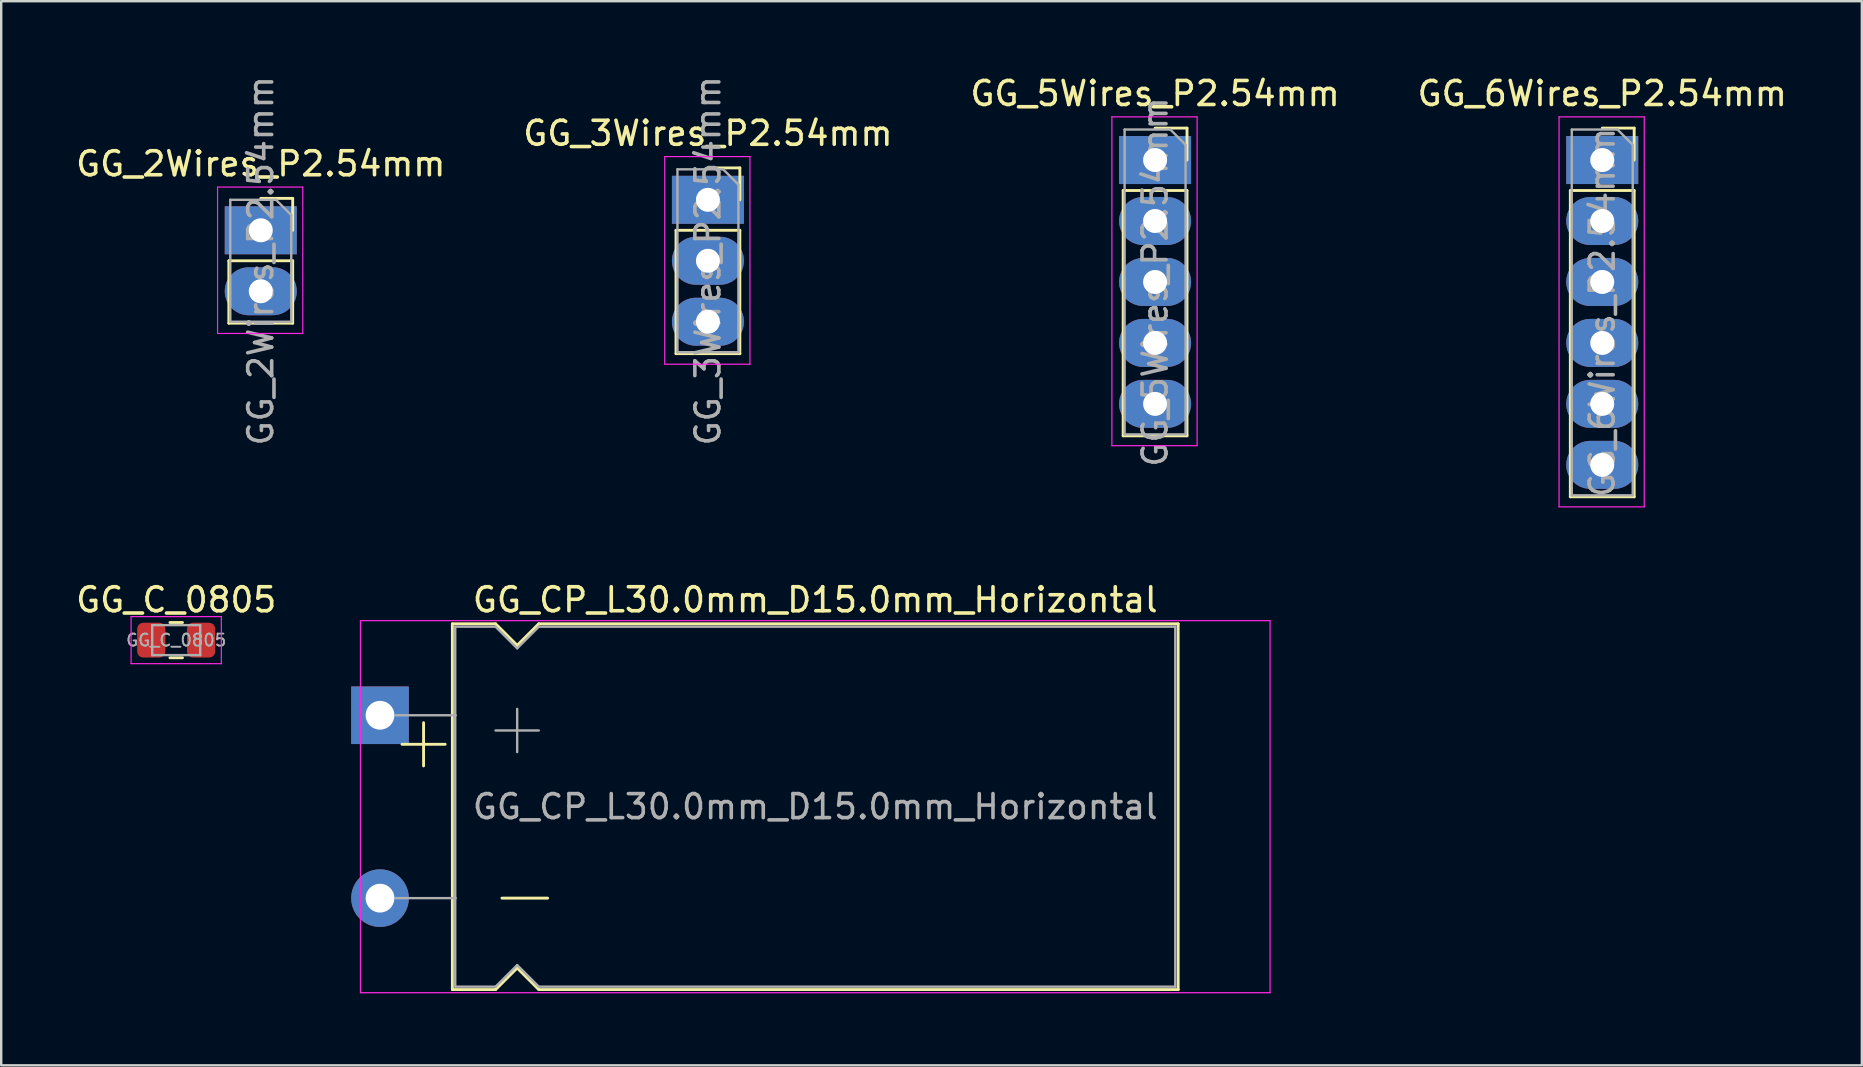
<source format=kicad_pcb>
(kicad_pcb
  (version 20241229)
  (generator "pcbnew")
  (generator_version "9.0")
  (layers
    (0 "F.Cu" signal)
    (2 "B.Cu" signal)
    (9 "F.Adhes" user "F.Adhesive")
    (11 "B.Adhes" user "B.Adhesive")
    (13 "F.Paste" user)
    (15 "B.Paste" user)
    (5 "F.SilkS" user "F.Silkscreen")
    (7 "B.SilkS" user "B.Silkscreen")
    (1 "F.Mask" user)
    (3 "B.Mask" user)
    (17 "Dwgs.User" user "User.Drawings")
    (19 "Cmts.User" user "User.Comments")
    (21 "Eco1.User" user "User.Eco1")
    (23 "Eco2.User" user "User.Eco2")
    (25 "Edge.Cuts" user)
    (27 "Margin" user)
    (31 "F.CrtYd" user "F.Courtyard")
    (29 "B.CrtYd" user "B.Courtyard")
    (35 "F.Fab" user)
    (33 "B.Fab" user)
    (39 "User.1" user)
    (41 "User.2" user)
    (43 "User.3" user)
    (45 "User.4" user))
  (footprint "GG_C_0805"
    (layer "F.Cu")
    (at 4.292 23.622)
    (property "Reference" "GG_C_0805" (at 0 -1.68 0) (layer "F.SilkS") (effects (font (size 1 1) (thickness 0.15))))
    (attr smd)
    (fp_line (start -0.261 -0.735) (end 0.261 -0.735) (stroke (width 0.12) (type solid)) (layer "F.SilkS"))
    (fp_line (start -0.261 0.735) (end 0.261 0.735) (stroke (width 0.12) (type solid)) (layer "F.SilkS"))
    (fp_line (start -1.88 -0.98) (end 1.88 -0.98) (stroke (width 0.05) (type solid)) (layer "F.CrtYd"))
    (fp_line (start -1.88 0.98) (end -1.88 -0.98) (stroke (width 0.05) (type solid)) (layer "F.CrtYd"))
    (fp_line (start 1.88 -0.98) (end 1.88 0.98) (stroke (width 0.05) (type solid)) (layer "F.CrtYd"))
    (fp_line (start 1.88 0.98) (end -1.88 0.98) (stroke (width 0.05) (type solid)) (layer "F.CrtYd"))
    (fp_line (start -1 -0.625) (end 1 -0.625) (stroke (width 0.1) (type solid)) (layer "F.Fab"))
    (fp_line (start -1 0.625) (end -1 -0.625) (stroke (width 0.1) (type solid)) (layer "F.Fab"))
    (fp_line (start 1 -0.625) (end 1 0.625) (stroke (width 0.1) (type solid)) (layer "F.Fab"))
    (fp_line (start 1 0.625) (end -1 0.625) (stroke (width 0.1) (type solid)) (layer "F.Fab"))
    (fp_text user "${REFERENCE}" (at 0 0 0) (layer "F.Fab") (effects (font (size 0.5 0.5) (thickness 0.08))))
    (pad "1" smd roundrect (at -1.038 0) (size 1.175 1.45) (layers "F.Cu" "F.Mask" "F.Paste") (roundrect_rratio 0.213))
    (pad "2" smd roundrect (at 1.038 0) (size 1.175 1.45) (layers "F.Cu" "F.Mask" "F.Paste") (roundrect_rratio 0.213)))
  (footprint "GG_CP_L30.0mm_D15.0mm_Horizontal"
    (layer "F.Cu")
    (at 13.418 30.561)
    (property "Reference" "GG_CP_L30.0mm_D15.0mm_Horizontal" (at 17.5 -8.62 0) (layer "F.SilkS") (effects (font (size 1 1) (thickness 0.15))))
    (attr through_hole)
    (fp_line (start 0.28 -2.6) (end 2.08 -2.6) (stroke (width 0.12) (type solid)) (layer "F.SilkS"))
    (fp_line (start 1.18 -3.5) (end 1.18 -1.7) (stroke (width 0.12) (type solid)) (layer "F.SilkS"))
    (fp_line (start 2.38 -7.62) (end 2.38 7.62) (stroke (width 0.12) (type solid)) (layer "F.SilkS"))
    (fp_line (start 2.38 -7.62) (end 4.18 -7.62) (stroke (width 0.12) (type solid)) (layer "F.SilkS"))
    (fp_line (start 2.38 7.62) (end 4.18 7.62) (stroke (width 0.12) (type solid)) (layer "F.SilkS"))
    (fp_line (start 4.18 -7.62) (end 5.08 -6.72) (stroke (width 0.12) (type solid)) (layer "F.SilkS"))
    (fp_line (start 4.18 7.62) (end 5.08 6.72) (stroke (width 0.12) (type solid)) (layer "F.SilkS"))
    (fp_line (start 4.445 3.81) (end 6.35 3.81) (stroke (width 0.12) (type solid)) (layer "F.SilkS"))
    (fp_line (start 5.08 -6.72) (end 5.98 -7.62) (stroke (width 0.12) (type solid)) (layer "F.SilkS"))
    (fp_line (start 5.08 6.72) (end 5.98 7.62) (stroke (width 0.12) (type solid)) (layer "F.SilkS"))
    (fp_line (start 5.98 -7.62) (end 32.62 -7.62) (stroke (width 0.12) (type solid)) (layer "F.SilkS"))
    (fp_line (start 5.98 7.62) (end 32.62 7.62) (stroke (width 0.12) (type solid)) (layer "F.SilkS"))
    (fp_line (start 32.62 -7.62) (end 32.62 7.62) (stroke (width 0.12) (type solid)) (layer "F.SilkS"))
    (fp_line (start -1.45 -7.75) (end -1.45 7.75) (stroke (width 0.05) (type solid)) (layer "F.CrtYd"))
    (fp_line (start -1.45 7.75) (end 36.45 7.75) (stroke (width 0.05) (type solid)) (layer "F.CrtYd"))
    (fp_line (start 36.45 -7.75) (end -1.45 -7.75) (stroke (width 0.05) (type solid)) (layer "F.CrtYd"))
    (fp_line (start 36.45 7.75) (end 36.45 -7.75) (stroke (width 0.05) (type solid)) (layer "F.CrtYd"))
    (fp_line (start 0.02 -3.81) (end 2.52 -3.81) (stroke (width 0.1) (type solid)) (layer "F.Fab"))
    (fp_line (start 0.02 3.81) (end 2.52 3.81) (stroke (width 0.1) (type solid)) (layer "F.Fab"))
    (fp_line (start 2.5 -7.5) (end 2.5 7.5) (stroke (width 0.1) (type solid)) (layer "F.Fab"))
    (fp_line (start 2.5 -7.5) (end 4.18 -7.5) (stroke (width 0.1) (type solid)) (layer "F.Fab"))
    (fp_line (start 2.5 7.5) (end 4.18 7.5) (stroke (width 0.1) (type solid)) (layer "F.Fab"))
    (fp_line (start 4.18 -7.5) (end 5.08 -6.6) (stroke (width 0.1) (type solid)) (layer "F.Fab"))
    (fp_line (start 4.18 -3.175) (end 5.98 -3.175) (stroke (width 0.1) (type solid)) (layer "F.Fab"))
    (fp_line (start 4.18 7.5) (end 5.08 6.6) (stroke (width 0.1) (type solid)) (layer "F.Fab"))
    (fp_line (start 5.08 -6.6) (end 5.98 -7.5) (stroke (width 0.1) (type solid)) (layer "F.Fab"))
    (fp_line (start 5.08 -4.075) (end 5.08 -2.275) (stroke (width 0.1) (type solid)) (layer "F.Fab"))
    (fp_line (start 5.08 6.6) (end 5.98 7.5) (stroke (width 0.1) (type solid)) (layer "F.Fab"))
    (fp_line (start 5.98 -7.5) (end 32.5 -7.5) (stroke (width 0.1) (type solid)) (layer "F.Fab"))
    (fp_line (start 5.98 7.5) (end 32.5 7.5) (stroke (width 0.1) (type solid)) (layer "F.Fab"))
    (fp_line (start 32.5 -7.5) (end 32.5 7.5) (stroke (width 0.1) (type solid)) (layer "F.Fab"))
    (fp_text user "${REFERENCE}" (at 17.5 0 0) (layer "F.Fab") (effects (font (size 1 1) (thickness 0.15))))
    (pad "1" thru_hole rect (at -0.635 -3.81) (size 2.4 2.4) (drill 1.2) (layers "*.Cu" "*.Mask"))
    (pad "2" thru_hole oval (at -0.635 3.81) (size 2.4 2.4) (drill 1.2) (layers "*.Cu" "*.Mask")))
  (footprint "GG_6Wires_P2.54mm"
    (layer "F.Cu")
    (at 63.708 3.618)
    (property "Reference" "GG_6Wires_P2.54mm" (at 0 -2.77 0) (layer "F.SilkS") (effects (font (size 1 1) (thickness 0.15))))
    (attr through_hole)
    (fp_line (start -1.33 1.27) (end -1.33 14.03) (stroke (width 0.12) (type solid)) (layer "F.SilkS"))
    (fp_line (start -1.33 1.27) (end 1.33 1.27) (stroke (width 0.12) (type solid)) (layer "F.SilkS"))
    (fp_line (start -1.33 14.03) (end 1.33 14.03) (stroke (width 0.12) (type solid)) (layer "F.SilkS"))
    (fp_line (start 0 -1.33) (end 1.33 -1.33) (stroke (width 0.12) (type solid)) (layer "F.SilkS"))
    (fp_line (start 1.33 -1.33) (end 1.33 0) (stroke (width 0.12) (type solid)) (layer "F.SilkS"))
    (fp_line (start 1.33 1.27) (end 1.33 14.03) (stroke (width 0.12) (type solid)) (layer "F.SilkS"))
    (fp_line (start -1.8 -1.8) (end 1.75 -1.8) (stroke (width 0.05) (type solid)) (layer "F.CrtYd"))
    (fp_line (start -1.8 14.45) (end -1.8 -1.8) (stroke (width 0.05) (type solid)) (layer "F.CrtYd"))
    (fp_line (start 1.75 -1.8) (end 1.75 14.45) (stroke (width 0.05) (type solid)) (layer "F.CrtYd"))
    (fp_line (start 1.75 14.45) (end -1.8 14.45) (stroke (width 0.05) (type solid)) (layer "F.CrtYd"))
    (fp_line (start -1.27 -1.27) (end 0.635 -1.27) (stroke (width 0.1) (type solid)) (layer "F.Fab"))
    (fp_line (start -1.27 13.97) (end -1.27 -1.27) (stroke (width 0.1) (type solid)) (layer "F.Fab"))
    (fp_line (start 0.635 -1.27) (end 1.27 -0.635) (stroke (width 0.1) (type solid)) (layer "F.Fab"))
    (fp_line (start 1.27 -0.635) (end 1.27 13.97) (stroke (width 0.1) (type solid)) (layer "F.Fab"))
    (fp_line (start 1.27 13.97) (end -1.27 13.97) (stroke (width 0.1) (type solid)) (layer "F.Fab"))
    (fp_text user "${REFERENCE}" (at 0 6.35 90) (layer "F.Fab") (effects (font (size 1 1) (thickness 0.15))))
    (pad "1" thru_hole rect (at 0 0) (size 3 2) (drill 1) (layers "*.Cu" "*.Mask"))
    (pad "2" thru_hole oval (at 0 2.54) (size 3 2) (drill 1) (layers "*.Cu" "*.Mask"))
    (pad "3" thru_hole oval (at 0 5.08) (size 3 2) (drill 1) (layers "*.Cu" "*.Mask"))
    (pad "4" thru_hole oval (at 0 7.62) (size 3 2) (drill 1) (layers "*.Cu" "*.Mask"))
    (pad "5" thru_hole oval (at 0 10.16) (size 3 2) (drill 1) (layers "*.Cu" "*.Mask"))
    (pad "6" thru_hole oval (at 0 12.7) (size 3 2) (drill 1) (layers "*.Cu" "*.Mask")))
  (footprint "GG_2Wires_P2.54mm"
    (layer "F.Cu")
    (at 7.815 6.545)
    (property "Reference" "GG_2Wires_P2.54mm" (at 0 -2.77 0) (layer "F.SilkS") (effects (font (size 1 1) (thickness 0.15))))
    (attr through_hole)
    (fp_line (start -1.33 1.27) (end -1.33 3.87) (stroke (width 0.12) (type solid)) (layer "F.SilkS"))
    (fp_line (start -1.33 1.27) (end 1.33 1.27) (stroke (width 0.12) (type solid)) (layer "F.SilkS"))
    (fp_line (start -1.33 3.87) (end 1.33 3.87) (stroke (width 0.12) (type solid)) (layer "F.SilkS"))
    (fp_line (start 0 -1.33) (end 1.33 -1.33) (stroke (width 0.12) (type solid)) (layer "F.SilkS"))
    (fp_line (start 1.33 -1.33) (end 1.33 0) (stroke (width 0.12) (type solid)) (layer "F.SilkS"))
    (fp_line (start 1.33 1.27) (end 1.33 3.87) (stroke (width 0.12) (type solid)) (layer "F.SilkS"))
    (fp_line (start -1.8 -1.8) (end 1.75 -1.8) (stroke (width 0.05) (type solid)) (layer "F.CrtYd"))
    (fp_line (start -1.8 4.3) (end -1.8 -1.8) (stroke (width 0.05) (type solid)) (layer "F.CrtYd"))
    (fp_line (start 1.75 -1.8) (end 1.75 4.3) (stroke (width 0.05) (type solid)) (layer "F.CrtYd"))
    (fp_line (start 1.75 4.3) (end -1.8 4.3) (stroke (width 0.05) (type solid)) (layer "F.CrtYd"))
    (fp_line (start -1.27 -1.27) (end 0.635 -1.27) (stroke (width 0.1) (type solid)) (layer "F.Fab"))
    (fp_line (start -1.27 3.81) (end -1.27 -1.27) (stroke (width 0.1) (type solid)) (layer "F.Fab"))
    (fp_line (start 0.635 -1.27) (end 1.27 -0.635) (stroke (width 0.1) (type solid)) (layer "F.Fab"))
    (fp_line (start 1.27 -0.635) (end 1.27 3.81) (stroke (width 0.1) (type solid)) (layer "F.Fab"))
    (fp_line (start 1.27 3.81) (end -1.27 3.81) (stroke (width 0.1) (type solid)) (layer "F.Fab"))
    (fp_text user "${REFERENCE}" (at 0 1.27 90) (layer "F.Fab") (effects (font (size 1 1) (thickness 0.15))))
    (pad "1" thru_hole rect (at 0 0) (size 3 2) (drill 1) (layers "*.Cu" "*.Mask"))
    (pad "2" thru_hole oval (at 0 2.54) (size 3 2) (drill 1) (layers "*.Cu" "*.Mask")))
  (footprint "GG_5Wires_P2.54mm"
    (layer "F.Cu")
    (at 45.077 3.618)
    (property "Reference" "GG_5Wires_P2.54mm" (at 0 -2.77 0) (layer "F.SilkS") (effects (font (size 1 1) (thickness 0.15))))
    (attr through_hole)
    (fp_line (start -1.33 1.27) (end -1.33 11.49) (stroke (width 0.12) (type solid)) (layer "F.SilkS"))
    (fp_line (start -1.33 1.27) (end 1.33 1.27) (stroke (width 0.12) (type solid)) (layer "F.SilkS"))
    (fp_line (start -1.33 11.49) (end 1.33 11.49) (stroke (width 0.12) (type solid)) (layer "F.SilkS"))
    (fp_line (start 0 -1.33) (end 1.33 -1.33) (stroke (width 0.12) (type solid)) (layer "F.SilkS"))
    (fp_line (start 1.33 -1.33) (end 1.33 0) (stroke (width 0.12) (type solid)) (layer "F.SilkS"))
    (fp_line (start 1.33 1.27) (end 1.33 11.49) (stroke (width 0.12) (type solid)) (layer "F.SilkS"))
    (fp_line (start -1.8 -1.8) (end 1.75 -1.8) (stroke (width 0.05) (type solid)) (layer "F.CrtYd"))
    (fp_line (start -1.8 11.9) (end -1.8 -1.8) (stroke (width 0.05) (type solid)) (layer "F.CrtYd"))
    (fp_line (start 1.75 -1.8) (end 1.75 11.9) (stroke (width 0.05) (type solid)) (layer "F.CrtYd"))
    (fp_line (start 1.75 11.9) (end -1.8 11.9) (stroke (width 0.05) (type solid)) (layer "F.CrtYd"))
    (fp_line (start -1.27 -1.27) (end 0.635 -1.27) (stroke (width 0.1) (type solid)) (layer "F.Fab"))
    (fp_line (start -1.27 11.43) (end -1.27 -1.27) (stroke (width 0.1) (type solid)) (layer "F.Fab"))
    (fp_line (start 0.635 -1.27) (end 1.27 -0.635) (stroke (width 0.1) (type solid)) (layer "F.Fab"))
    (fp_line (start 1.27 -0.635) (end 1.27 11.43) (stroke (width 0.1) (type solid)) (layer "F.Fab"))
    (fp_line (start 1.27 11.43) (end -1.27 11.43) (stroke (width 0.1) (type solid)) (layer "F.Fab"))
    (fp_text user "${REFERENCE}" (at 0 5.08 90) (layer "F.Fab") (effects (font (size 1 1) (thickness 0.15))))
    (pad "1" thru_hole rect (at 0 0) (size 3 2) (drill 1) (layers "*.Cu" "*.Mask"))
    (pad "2" thru_hole oval (at 0 2.54) (size 3 2) (drill 1) (layers "*.Cu" "*.Mask"))
    (pad "3" thru_hole oval (at 0 5.08) (size 3 2) (drill 1) (layers "*.Cu" "*.Mask"))
    (pad "4" thru_hole oval (at 0 7.62) (size 3 2) (drill 1) (layers "*.Cu" "*.Mask"))
    (pad "5" thru_hole oval (at 0 10.16) (size 3 2) (drill 1) (layers "*.Cu" "*.Mask")))
  (footprint "GG_3Wires_P2.54mm"
    (layer "F.Cu")
    (at 26.446 5.275)
    (property "Reference" "GG_3Wires_P2.54mm" (at 0 -2.77 0) (layer "F.SilkS") (effects (font (size 1 1) (thickness 0.15))))
    (attr through_hole)
    (fp_line (start -1.33 1.27) (end -1.33 6.41) (stroke (width 0.12) (type solid)) (layer "F.SilkS"))
    (fp_line (start -1.33 1.27) (end 1.33 1.27) (stroke (width 0.12) (type solid)) (layer "F.SilkS"))
    (fp_line (start -1.33 6.41) (end 1.33 6.41) (stroke (width 0.12) (type solid)) (layer "F.SilkS"))
    (fp_line (start 0 -1.33) (end 1.33 -1.33) (stroke (width 0.12) (type solid)) (layer "F.SilkS"))
    (fp_line (start 1.33 -1.33) (end 1.33 0) (stroke (width 0.12) (type solid)) (layer "F.SilkS"))
    (fp_line (start 1.33 1.27) (end 1.33 6.41) (stroke (width 0.12) (type solid)) (layer "F.SilkS"))
    (fp_line (start -1.8 -1.8) (end 1.75 -1.8) (stroke (width 0.05) (type solid)) (layer "F.CrtYd"))
    (fp_line (start -1.8 6.85) (end -1.8 -1.8) (stroke (width 0.05) (type solid)) (layer "F.CrtYd"))
    (fp_line (start 1.75 -1.8) (end 1.75 6.85) (stroke (width 0.05) (type solid)) (layer "F.CrtYd"))
    (fp_line (start 1.75 6.85) (end -1.8 6.85) (stroke (width 0.05) (type solid)) (layer "F.CrtYd"))
    (fp_line (start -1.27 -1.27) (end 0.635 -1.27) (stroke (width 0.1) (type solid)) (layer "F.Fab"))
    (fp_line (start -1.27 6.35) (end -1.27 -1.27) (stroke (width 0.1) (type solid)) (layer "F.Fab"))
    (fp_line (start 0.635 -1.27) (end 1.27 -0.635) (stroke (width 0.1) (type solid)) (layer "F.Fab"))
    (fp_line (start 1.27 -0.635) (end 1.27 6.35) (stroke (width 0.1) (type solid)) (layer "F.Fab"))
    (fp_line (start 1.27 6.35) (end -1.27 6.35) (stroke (width 0.1) (type solid)) (layer "F.Fab"))
    (fp_text user "${REFERENCE}" (at 0 2.54 90) (layer "F.Fab") (effects (font (size 1 1) (thickness 0.15))))
    (pad "1" thru_hole rect (at 0 0) (size 3 2) (drill 1) (layers "*.Cu" "*.Mask"))
    (pad "2" thru_hole oval (at 0 2.54) (size 3 2) (drill 1) (layers "*.Cu" "*.Mask"))
    (pad "3" thru_hole oval (at 0 5.08) (size 3 2) (drill 1) (layers "*.Cu" "*.Mask")))
  (gr_rect
    (start -3 -3)
    (end 74.524 41.337)
    (stroke (width 0.1) (type default))
    (fill no)
    (layer "Edge.Cuts")))
</source>
